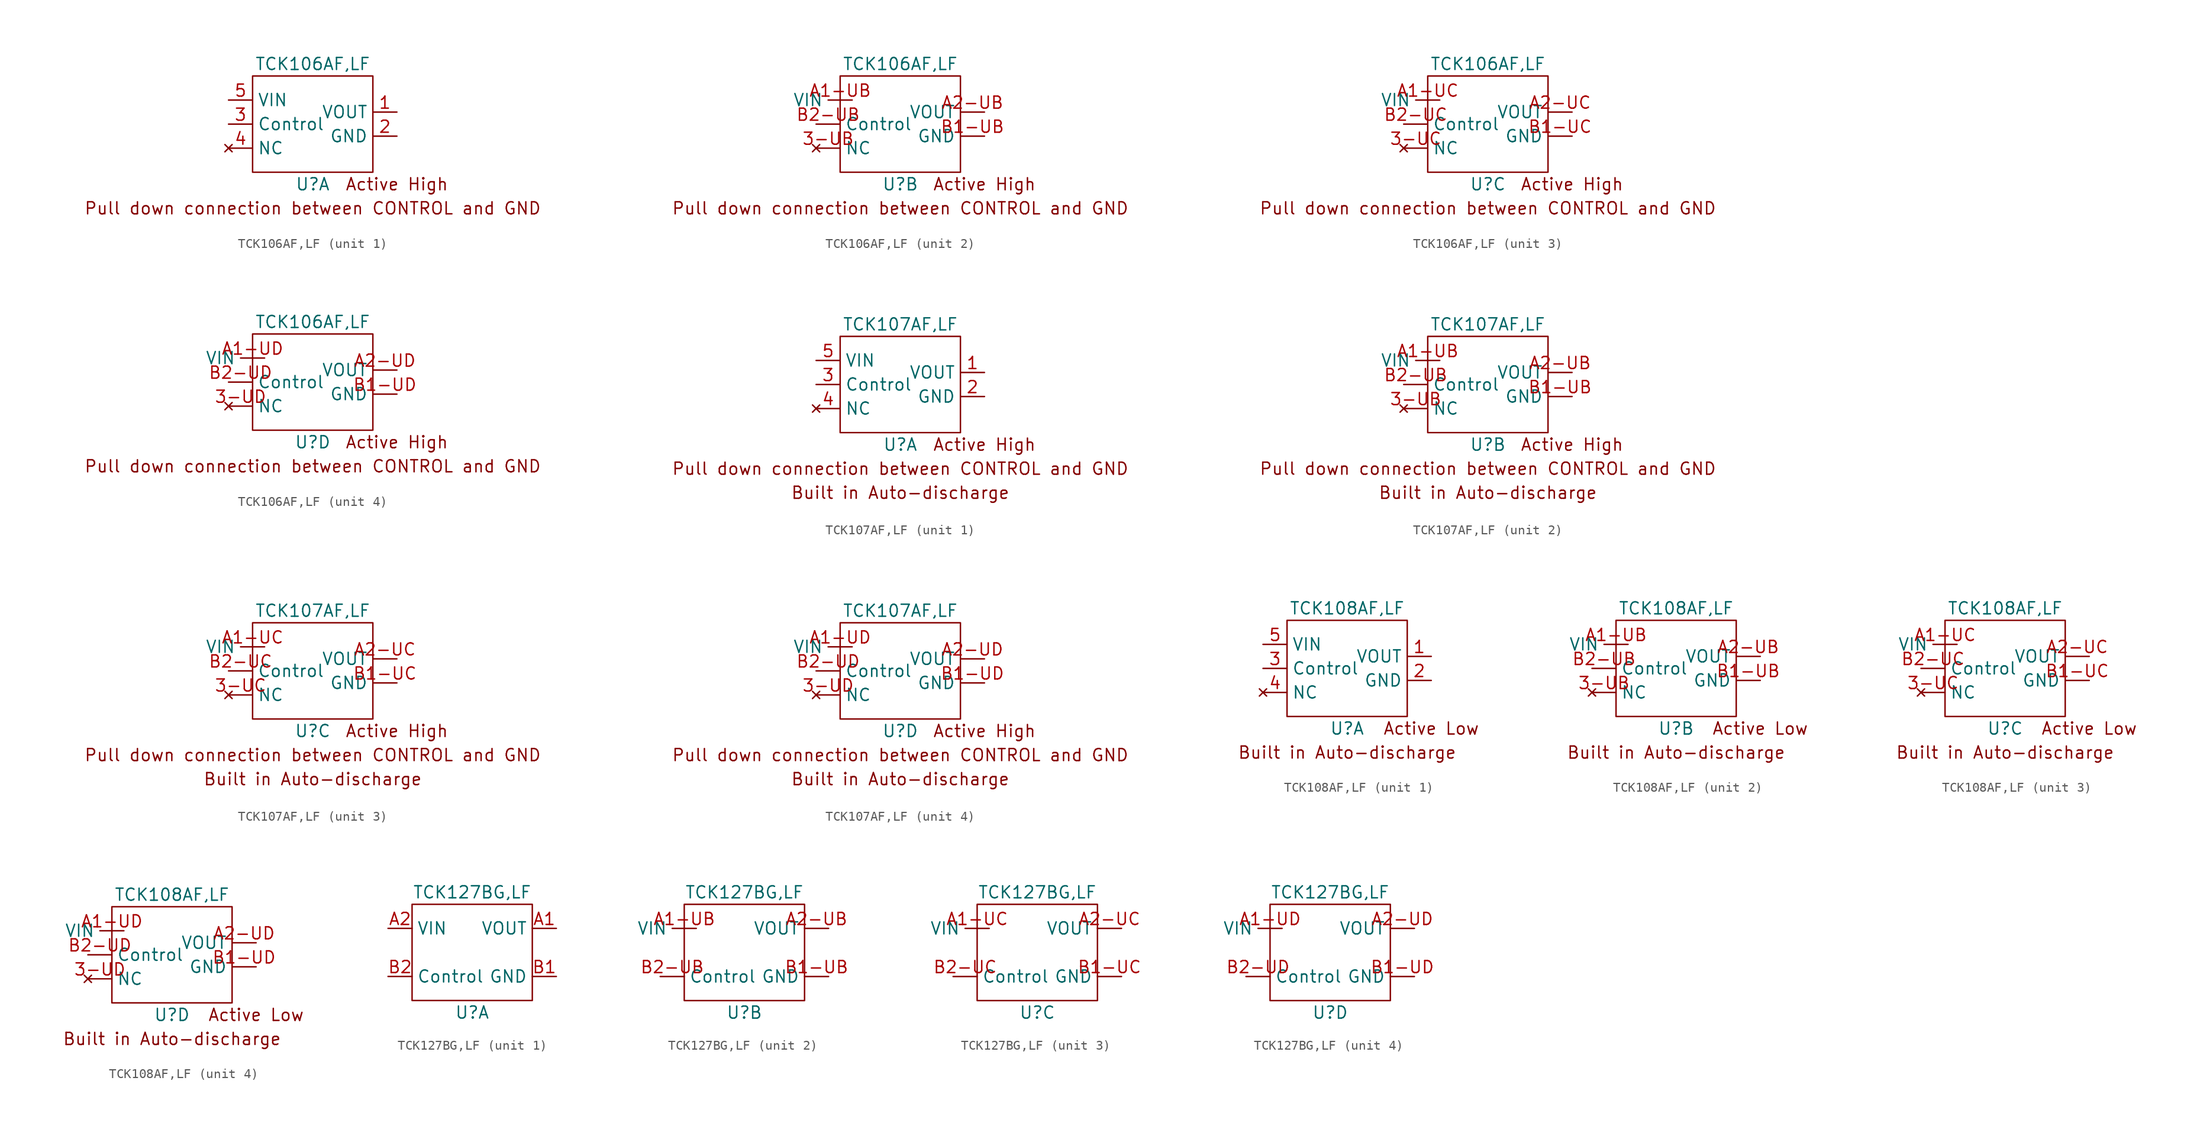
<source format=kicad_sym>
(kicad_symbol_lib
  (version 20211014)
  (generator kicad_symbol_editor)
  (symbol "TCK106AF,LF"
    (property "Reference" "U"
      (at 0 -6.35 0)
      (effects (font (size 1.27 1.27))))
    (property "Value" "TCK106AF,LF"
      (at 0 6.35 0)
      (effects (font (size 1.27 1.27))))
    (symbol "TCK106AF,LF_0_0"
      (text "Active High" (at 8.89 -6.35 0) (effects (font (size 1.27 1.27))))
      (text "Pull down connection between CONTROL and GND" (at 0 -8.89 0) (effects (font (size 1.27 1.27)))))
    (symbol "TCK106AF,LF_0_1"
      (rectangle (start -6.35 5.08) (end 6.35 -5.08) (stroke (width 0) (type default) (color 0 0 0 0)) (fill (type none))))
    (symbol "TCK106AF,LF_1_1"
      (pin output line (at 8.89 1.27 180) (length 2.54) (name "VOUT" (effects (font (size 1.27 1.27)))) (number "1" (effects (font (size 1.27 1.27)))))
      (pin input line (at 8.89 -1.27 180) (length 2.54) (name "GND" (effects (font (size 1.27 1.27)))) (number "2" (effects (font (size 1.27 1.27)))))
      (pin input line (at -8.89 0 0) (length 2.54) (name "Control" (effects (font (size 1.27 1.27)))) (number "3" (effects (font (size 1.27 1.27)))))
      (pin no_connect line (at -8.89 -2.54 0) (length 2.54) (name "NC" (effects (font (size 1.27 1.27)))) (number "4" (effects (font (size 1.27 1.27)))))
      (pin input line (at -8.89 2.54 0) (length 2.54) (name "VIN" (effects (font (size 1.27 1.27)))) (number "5" (effects (font (size 1.27 1.27))))))
    (symbol "TCK106AF,LF_2_1"
      (pin no_connect line (at -8.89 -2.54 0) (length 2.54) (name "NC" (effects (font (size 1.27 1.27)))) (number "3-UB" (effects (font (size 1.27 1.27)))))
      (pin input line (at -5.08 2.54 180) (length 2.54) (name "VIN" (effects (font (size 1.27 1.27)))) (number "A1-UB" (effects (font (size 1.27 1.27)))))
      (pin output line (at 8.89 1.27 180) (length 2.54) (name "VOUT" (effects (font (size 1.27 1.27)))) (number "A2-UB" (effects (font (size 1.27 1.27)))))
      (pin input line (at 8.89 -1.27 180) (length 2.54) (name "GND" (effects (font (size 1.27 1.27)))) (number "B1-UB" (effects (font (size 1.27 1.27)))))
      (pin input line (at -8.89 0 0) (length 2.54) (name "Control" (effects (font (size 1.27 1.27)))) (number "B2-UB" (effects (font (size 1.27 1.27))))))
    (symbol "TCK106AF,LF_3_1"
      (pin no_connect line (at -8.89 -2.54 0) (length 2.54) (name "NC" (effects (font (size 1.27 1.27)))) (number "3-UC" (effects (font (size 1.27 1.27)))))
      (pin input line (at -5.08 2.54 180) (length 2.54) (name "VIN" (effects (font (size 1.27 1.27)))) (number "A1-UC" (effects (font (size 1.27 1.27)))))
      (pin output line (at 8.89 1.27 180) (length 2.54) (name "VOUT" (effects (font (size 1.27 1.27)))) (number "A2-UC" (effects (font (size 1.27 1.27)))))
      (pin input line (at 8.89 -1.27 180) (length 2.54) (name "GND" (effects (font (size 1.27 1.27)))) (number "B1-UC" (effects (font (size 1.27 1.27)))))
      (pin input line (at -8.89 0 0) (length 2.54) (name "Control" (effects (font (size 1.27 1.27)))) (number "B2-UC" (effects (font (size 1.27 1.27))))))
    (symbol "TCK106AF,LF_4_1"
      (pin no_connect line (at -8.89 -2.54 0) (length 2.54) (name "NC" (effects (font (size 1.27 1.27)))) (number "3-UD" (effects (font (size 1.27 1.27)))))
      (pin input line (at -5.08 2.54 180) (length 2.54) (name "VIN" (effects (font (size 1.27 1.27)))) (number "A1-UD" (effects (font (size 1.27 1.27)))))
      (pin output line (at 8.89 1.27 180) (length 2.54) (name "VOUT" (effects (font (size 1.27 1.27)))) (number "A2-UD" (effects (font (size 1.27 1.27)))))
      (pin input line (at 8.89 -1.27 180) (length 2.54) (name "GND" (effects (font (size 1.27 1.27)))) (number "B1-UD" (effects (font (size 1.27 1.27)))))
      (pin input line (at -8.89 0 0) (length 2.54) (name "Control" (effects (font (size 1.27 1.27)))) (number "B2-UD" (effects (font (size 1.27 1.27)))))))
  (symbol "TCK107AF,LF"
    (property "Reference" "U"
      (at 0 -6.35 0)
      (effects (font (size 1.27 1.27))))
    (property "Value" "TCK107AF,LF"
      (at 0 6.35 0)
      (effects (font (size 1.27 1.27))))
    (symbol "TCK107AF,LF_0_0"
      (text "Active High" (at 8.89 -6.35 0) (effects (font (size 1.27 1.27))))
      (text "Built in Auto-discharge" (at 0 -11.43 0) (effects (font (size 1.27 1.27))))
      (text "Pull down connection between CONTROL and GND" (at 0 -8.89 0) (effects (font (size 1.27 1.27)))))
    (symbol "TCK107AF,LF_0_1"
      (rectangle (start -6.35 5.08) (end 6.35 -5.08) (stroke (width 0) (type default) (color 0 0 0 0)) (fill (type none))))
    (symbol "TCK107AF,LF_1_1"
      (pin output line (at 8.89 1.27 180) (length 2.54) (name "VOUT" (effects (font (size 1.27 1.27)))) (number "1" (effects (font (size 1.27 1.27)))))
      (pin input line (at 8.89 -1.27 180) (length 2.54) (name "GND" (effects (font (size 1.27 1.27)))) (number "2" (effects (font (size 1.27 1.27)))))
      (pin input line (at -8.89 0 0) (length 2.54) (name "Control" (effects (font (size 1.27 1.27)))) (number "3" (effects (font (size 1.27 1.27)))))
      (pin no_connect line (at -8.89 -2.54 0) (length 2.54) (name "NC" (effects (font (size 1.27 1.27)))) (number "4" (effects (font (size 1.27 1.27)))))
      (pin input line (at -8.89 2.54 0) (length 2.54) (name "VIN" (effects (font (size 1.27 1.27)))) (number "5" (effects (font (size 1.27 1.27))))))
    (symbol "TCK107AF,LF_2_1"
      (pin no_connect line (at -8.89 -2.54 0) (length 2.54) (name "NC" (effects (font (size 1.27 1.27)))) (number "3-UB" (effects (font (size 1.27 1.27)))))
      (pin input line (at -5.08 2.54 180) (length 2.54) (name "VIN" (effects (font (size 1.27 1.27)))) (number "A1-UB" (effects (font (size 1.27 1.27)))))
      (pin output line (at 8.89 1.27 180) (length 2.54) (name "VOUT" (effects (font (size 1.27 1.27)))) (number "A2-UB" (effects (font (size 1.27 1.27)))))
      (pin input line (at 8.89 -1.27 180) (length 2.54) (name "GND" (effects (font (size 1.27 1.27)))) (number "B1-UB" (effects (font (size 1.27 1.27)))))
      (pin input line (at -8.89 0 0) (length 2.54) (name "Control" (effects (font (size 1.27 1.27)))) (number "B2-UB" (effects (font (size 1.27 1.27))))))
    (symbol "TCK107AF,LF_3_1"
      (pin no_connect line (at -8.89 -2.54 0) (length 2.54) (name "NC" (effects (font (size 1.27 1.27)))) (number "3-UC" (effects (font (size 1.27 1.27)))))
      (pin input line (at -5.08 2.54 180) (length 2.54) (name "VIN" (effects (font (size 1.27 1.27)))) (number "A1-UC" (effects (font (size 1.27 1.27)))))
      (pin output line (at 8.89 1.27 180) (length 2.54) (name "VOUT" (effects (font (size 1.27 1.27)))) (number "A2-UC" (effects (font (size 1.27 1.27)))))
      (pin input line (at 8.89 -1.27 180) (length 2.54) (name "GND" (effects (font (size 1.27 1.27)))) (number "B1-UC" (effects (font (size 1.27 1.27)))))
      (pin input line (at -8.89 0 0) (length 2.54) (name "Control" (effects (font (size 1.27 1.27)))) (number "B2-UC" (effects (font (size 1.27 1.27))))))
    (symbol "TCK107AF,LF_4_1"
      (pin no_connect line (at -8.89 -2.54 0) (length 2.54) (name "NC" (effects (font (size 1.27 1.27)))) (number "3-UD" (effects (font (size 1.27 1.27)))))
      (pin input line (at -5.08 2.54 180) (length 2.54) (name "VIN" (effects (font (size 1.27 1.27)))) (number "A1-UD" (effects (font (size 1.27 1.27)))))
      (pin output line (at 8.89 1.27 180) (length 2.54) (name "VOUT" (effects (font (size 1.27 1.27)))) (number "A2-UD" (effects (font (size 1.27 1.27)))))
      (pin input line (at 8.89 -1.27 180) (length 2.54) (name "GND" (effects (font (size 1.27 1.27)))) (number "B1-UD" (effects (font (size 1.27 1.27)))))
      (pin input line (at -8.89 0 0) (length 2.54) (name "Control" (effects (font (size 1.27 1.27)))) (number "B2-UD" (effects (font (size 1.27 1.27)))))))
  (symbol "TCK108AF,LF"
    (property "Reference" "U"
      (at 0 -6.35 0)
      (effects (font (size 1.27 1.27))))
    (property "Value" "TCK108AF,LF"
      (at 0 6.35 0)
      (effects (font (size 1.27 1.27))))
    (symbol "TCK108AF,LF_0_0"
      (text "Active Low" (at 8.89 -6.35 0) (effects (font (size 1.27 1.27))))
      (text "Built in Auto-discharge" (at 0 -8.89 0) (effects (font (size 1.27 1.27)))))
    (symbol "TCK108AF,LF_0_1"
      (rectangle (start -6.35 5.08) (end 6.35 -5.08) (stroke (width 0) (type default) (color 0 0 0 0)) (fill (type none))))
    (symbol "TCK108AF,LF_1_1"
      (pin power_out line (at 8.89 1.27 180) (length 2.54) (name "VOUT" (effects (font (size 1.27 1.27)))) (number "1" (effects (font (size 1.27 1.27)))))
      (pin input line (at 8.89 -1.27 180) (length 2.54) (name "GND" (effects (font (size 1.27 1.27)))) (number "2" (effects (font (size 1.27 1.27)))))
      (pin input line (at -8.89 0 0) (length 2.54) (name "Control" (effects (font (size 1.27 1.27)))) (number "3" (effects (font (size 1.27 1.27)))))
      (pin no_connect line (at -8.89 -2.54 0) (length 2.54) (name "NC" (effects (font (size 1.27 1.27)))) (number "4" (effects (font (size 1.27 1.27)))))
      (pin input line (at -8.89 2.54 0) (length 2.54) (name "VIN" (effects (font (size 1.27 1.27)))) (number "5" (effects (font (size 1.27 1.27))))))
    (symbol "TCK108AF,LF_2_1"
      (pin no_connect line (at -8.89 -2.54 0) (length 2.54) (name "NC" (effects (font (size 1.27 1.27)))) (number "3-UB" (effects (font (size 1.27 1.27)))))
      (pin input line (at -5.08 2.54 180) (length 2.54) (name "VIN" (effects (font (size 1.27 1.27)))) (number "A1-UB" (effects (font (size 1.27 1.27)))))
      (pin power_out line (at 8.89 1.27 180) (length 2.54) (name "VOUT" (effects (font (size 1.27 1.27)))) (number "A2-UB" (effects (font (size 1.27 1.27)))))
      (pin input line (at 8.89 -1.27 180) (length 2.54) (name "GND" (effects (font (size 1.27 1.27)))) (number "B1-UB" (effects (font (size 1.27 1.27)))))
      (pin input line (at -8.89 0 0) (length 2.54) (name "Control" (effects (font (size 1.27 1.27)))) (number "B2-UB" (effects (font (size 1.27 1.27))))))
    (symbol "TCK108AF,LF_3_1"
      (pin no_connect line (at -8.89 -2.54 0) (length 2.54) (name "NC" (effects (font (size 1.27 1.27)))) (number "3-UC" (effects (font (size 1.27 1.27)))))
      (pin input line (at -5.08 2.54 180) (length 2.54) (name "VIN" (effects (font (size 1.27 1.27)))) (number "A1-UC" (effects (font (size 1.27 1.27)))))
      (pin power_out line (at 8.89 1.27 180) (length 2.54) (name "VOUT" (effects (font (size 1.27 1.27)))) (number "A2-UC" (effects (font (size 1.27 1.27)))))
      (pin input line (at 8.89 -1.27 180) (length 2.54) (name "GND" (effects (font (size 1.27 1.27)))) (number "B1-UC" (effects (font (size 1.27 1.27)))))
      (pin input line (at -8.89 0 0) (length 2.54) (name "Control" (effects (font (size 1.27 1.27)))) (number "B2-UC" (effects (font (size 1.27 1.27))))))
    (symbol "TCK108AF,LF_4_1"
      (pin no_connect line (at -8.89 -2.54 0) (length 2.54) (name "NC" (effects (font (size 1.27 1.27)))) (number "3-UD" (effects (font (size 1.27 1.27)))))
      (pin input line (at -5.08 2.54 180) (length 2.54) (name "VIN" (effects (font (size 1.27 1.27)))) (number "A1-UD" (effects (font (size 1.27 1.27)))))
      (pin power_out line (at 8.89 1.27 180) (length 2.54) (name "VOUT" (effects (font (size 1.27 1.27)))) (number "A2-UD" (effects (font (size 1.27 1.27)))))
      (pin input line (at 8.89 -1.27 180) (length 2.54) (name "GND" (effects (font (size 1.27 1.27)))) (number "B1-UD" (effects (font (size 1.27 1.27)))))
      (pin input line (at -8.89 0 0) (length 2.54) (name "Control" (effects (font (size 1.27 1.27)))) (number "B2-UD" (effects (font (size 1.27 1.27)))))))
  (symbol "TCK127BG,LF"
    (property "Reference" "U"
      (at 0 -6.35 0)
      (effects (font (size 1.27 1.27))))
    (property "Value" "TCK127BG,LF"
      (at 0 6.35 0)
      (effects (font (size 1.27 1.27))))
    (symbol "TCK127BG,LF_0_1"
      (rectangle (start -6.35 5.08) (end 6.35 -5.08) (stroke (width 0) (type default) (color 0 0 0 0)) (fill (type none))))
    (symbol "TCK127BG,LF_1_1"
      (pin output line (at 8.89 2.54 180) (length 2.54) (name "VOUT" (effects (font (size 1.27 1.27)))) (number "A1" (effects (font (size 1.27 1.27)))))
      (pin input line (at -8.89 2.54 0) (length 2.54) (name "VIN" (effects (font (size 1.27 1.27)))) (number "A2" (effects (font (size 1.27 1.27)))))
      (pin input line (at 8.89 -2.54 180) (length 2.54) (name "GND" (effects (font (size 1.27 1.27)))) (number "B1" (effects (font (size 1.27 1.27)))))
      (pin input line (at -8.89 -2.54 0) (length 2.54) (name "Control" (effects (font (size 1.27 1.27)))) (number "B2" (effects (font (size 1.27 1.27))))))
    (symbol "TCK127BG,LF_2_1"
      (pin input line (at -5.08 2.54 180) (length 2.54) (name "VIN" (effects (font (size 1.27 1.27)))) (number "A1-UB" (effects (font (size 1.27 1.27)))))
      (pin output line (at 8.89 2.54 180) (length 2.54) (name "VOUT" (effects (font (size 1.27 1.27)))) (number "A2-UB" (effects (font (size 1.27 1.27)))))
      (pin input line (at 8.89 -2.54 180) (length 2.54) (name "GND" (effects (font (size 1.27 1.27)))) (number "B1-UB" (effects (font (size 1.27 1.27)))))
      (pin input line (at -8.89 -2.54 0) (length 2.54) (name "Control" (effects (font (size 1.27 1.27)))) (number "B2-UB" (effects (font (size 1.27 1.27))))))
    (symbol "TCK127BG,LF_3_1"
      (pin input line (at -5.08 2.54 180) (length 2.54) (name "VIN" (effects (font (size 1.27 1.27)))) (number "A1-UC" (effects (font (size 1.27 1.27)))))
      (pin output line (at 8.89 2.54 180) (length 2.54) (name "VOUT" (effects (font (size 1.27 1.27)))) (number "A2-UC" (effects (font (size 1.27 1.27)))))
      (pin input line (at 8.89 -2.54 180) (length 2.54) (name "GND" (effects (font (size 1.27 1.27)))) (number "B1-UC" (effects (font (size 1.27 1.27)))))
      (pin input line (at -8.89 -2.54 0) (length 2.54) (name "Control" (effects (font (size 1.27 1.27)))) (number "B2-UC" (effects (font (size 1.27 1.27))))))
    (symbol "TCK127BG,LF_4_1"
      (pin input line (at -5.08 2.54 180) (length 2.54) (name "VIN" (effects (font (size 1.27 1.27)))) (number "A1-UD" (effects (font (size 1.27 1.27)))))
      (pin output line (at 8.89 2.54 180) (length 2.54) (name "VOUT" (effects (font (size 1.27 1.27)))) (number "A2-UD" (effects (font (size 1.27 1.27)))))
      (pin input line (at 8.89 -2.54 180) (length 2.54) (name "GND" (effects (font (size 1.27 1.27)))) (number "B1-UD" (effects (font (size 1.27 1.27)))))
      (pin input line (at -8.89 -2.54 0) (length 2.54) (name "Control" (effects (font (size 1.27 1.27)))) (number "B2-UD" (effects (font (size 1.27 1.27))))))))
</source>
